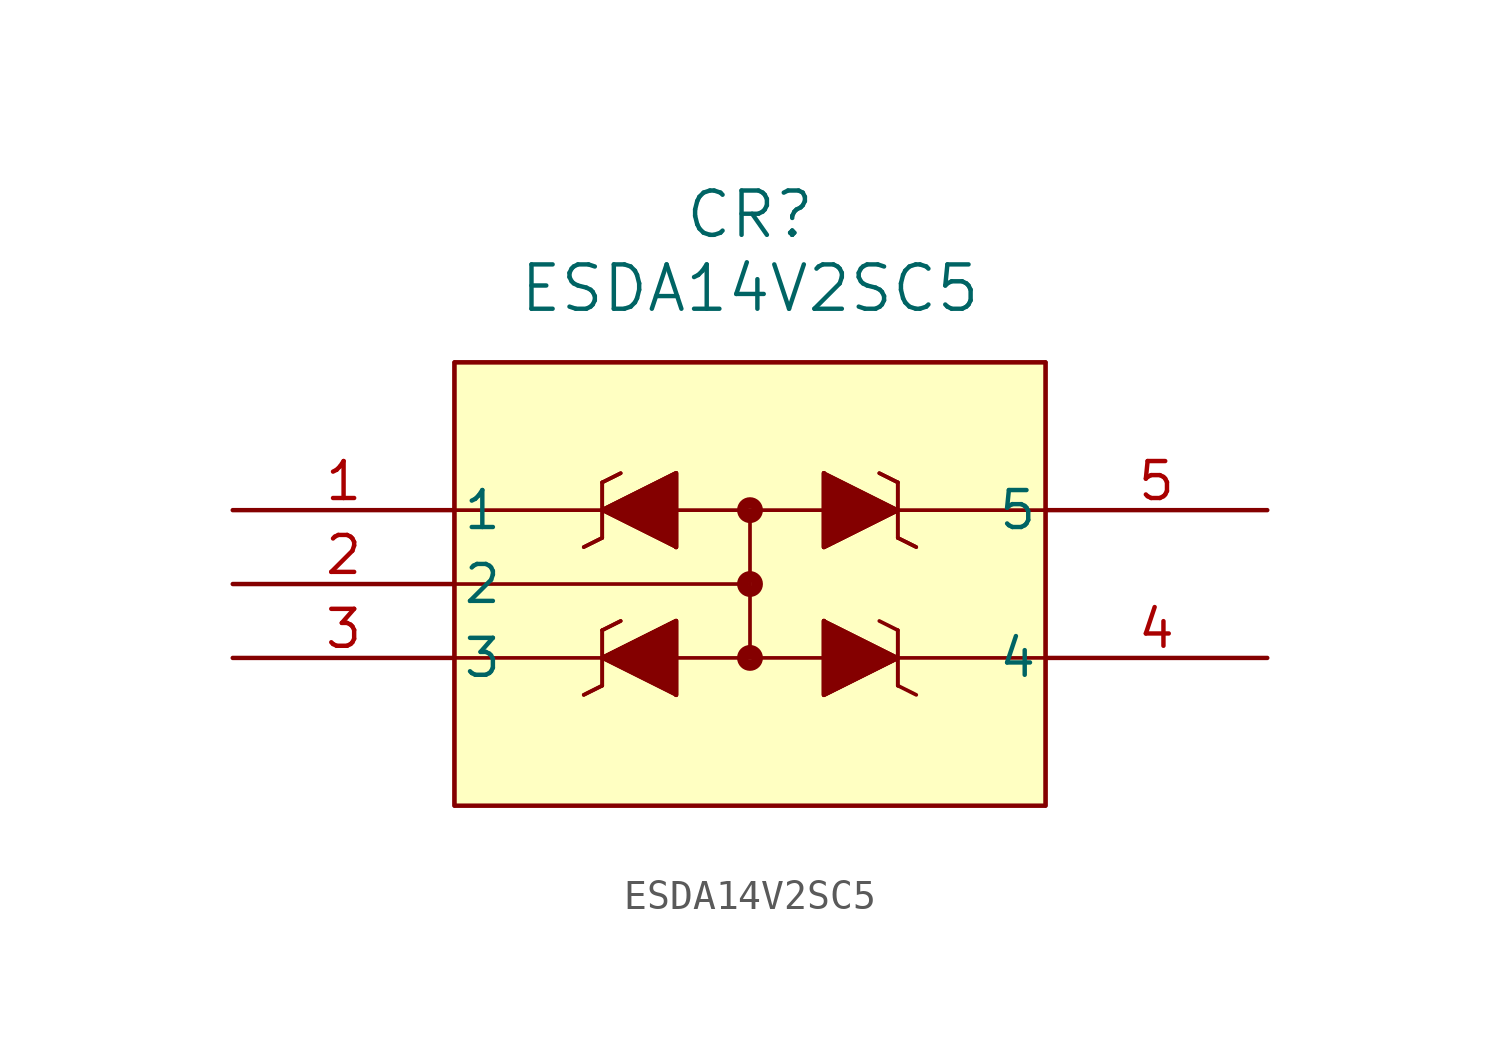
<source format=kicad_sym>
(kicad_symbol_lib
  (version 20220914)
  (generator kicad_symbol_editor)
  (symbol "ESDA14V2SC5"
    (pin_names
      (offset 0.254))
    (property "Reference" "CR"
      (at 17.78 10.16 0)
      (effects (font (size 1.524 1.524))))
    (property "Value" "ESDA14V2SC5"
      (at 17.78 7.62 0)
      (effects (font (size 1.524 1.524))))
    (property "ki_locked" ""
      (at 0 0 0)
      (effects (font (size 1.27 1.27))))
    (symbol "ESDA14V2SC5_0_1"
      (polyline (pts (xy 7.62 -5.08) (xy 30.48 -5.08)) (stroke (width 0.127) (type default)) (fill (type none)))
      (polyline (pts (xy 7.62 -2.54) (xy 17.78 -2.54)) (stroke (width 0.127) (type default)) (fill (type none)))
      (polyline (pts (xy 7.62 5.08) (xy 7.62 -10.16)) (stroke (width 0.127) (type default)) (fill (type none)))
      (polyline (pts (xy 12.7 -6.032) (xy 12.065 -6.35)) (stroke (width 0.127) (type default)) (fill (type none)))
      (polyline (pts (xy 12.7 -6.032) (xy 12.065 -6.35)) (stroke (width 0.127) (type default)) (fill (type none)))
      (polyline (pts (xy 12.7 -5.08) (xy 15.24 -3.81)) (stroke (width 0.127) (type default)) (fill (type none)))
      (polyline (pts (xy 12.7 -5.08) (xy 15.24 -3.81)) (stroke (width 0.127) (type default)) (fill (type none)))
      (polyline (pts (xy 12.7 -4.128) (xy 12.7 -6.032)) (stroke (width 0.127) (type default)) (fill (type none)))
      (polyline (pts (xy 12.7 -4.128) (xy 12.7 -6.032)) (stroke (width 0.127) (type default)) (fill (type none)))
      (polyline (pts (xy 12.7 -0.953) (xy 12.065 -1.27)) (stroke (width 0.127) (type default)) (fill (type none)))
      (polyline (pts (xy 12.7 -0.953) (xy 12.065 -1.27)) (stroke (width 0.127) (type default)) (fill (type none)))
      (polyline (pts (xy 12.7 0) (xy 15.24 1.27)) (stroke (width 0.127) (type default)) (fill (type none)))
      (polyline (pts (xy 12.7 0) (xy 15.24 1.27)) (stroke (width 0.127) (type default)) (fill (type none)))
      (polyline (pts (xy 12.7 0.953) (xy 12.7 -0.953)) (stroke (width 0.127) (type default)) (fill (type none)))
      (polyline (pts (xy 12.7 0.953) (xy 12.7 -0.953)) (stroke (width 0.127) (type default)) (fill (type none)))
      (polyline (pts (xy 13.335 -3.81) (xy 12.7 -4.128)) (stroke (width 0.127) (type default)) (fill (type none)))
      (polyline (pts (xy 13.335 -3.81) (xy 12.7 -4.128)) (stroke (width 0.127) (type default)) (fill (type none)))
      (polyline (pts (xy 13.335 1.27) (xy 12.7 0.953)) (stroke (width 0.127) (type default)) (fill (type none)))
      (polyline (pts (xy 13.335 1.27) (xy 12.7 0.953)) (stroke (width 0.127) (type default)) (fill (type none)))
      (polyline (pts (xy 15.24 -6.35) (xy 12.7 -5.08)) (stroke (width 0.127) (type default)) (fill (type none)))
      (polyline (pts (xy 15.24 -6.35) (xy 12.7 -5.08)) (stroke (width 0.127) (type default)) (fill (type none)))
      (polyline (pts (xy 15.24 -6.35) (xy 15.24 -3.81)) (stroke (width 0.127) (type default)) (fill (type none)))
      (polyline (pts (xy 15.24 -6.35) (xy 15.24 -3.81)) (stroke (width 0.127) (type default)) (fill (type none)))
      (polyline (pts (xy 15.24 -1.27) (xy 12.7 0)) (stroke (width 0.127) (type default)) (fill (type none)))
      (polyline (pts (xy 15.24 -1.27) (xy 12.7 0)) (stroke (width 0.127) (type default)) (fill (type none)))
      (polyline (pts (xy 15.24 -1.27) (xy 15.24 1.27)) (stroke (width 0.127) (type default)) (fill (type none)))
      (polyline (pts (xy 15.24 -1.27) (xy 15.24 1.27)) (stroke (width 0.127) (type default)) (fill (type none)))
      (polyline (pts (xy 17.78 0) (xy 17.78 -5.08)) (stroke (width 0.127) (type default)) (fill (type none)))
      (polyline (pts (xy 20.32 -3.81) (xy 20.32 -6.35)) (stroke (width 0.127) (type default)) (fill (type none)))
      (polyline (pts (xy 20.32 -3.81) (xy 20.32 -6.35)) (stroke (width 0.127) (type default)) (fill (type none)))
      (polyline (pts (xy 20.32 -3.81) (xy 22.86 -5.08)) (stroke (width 0.127) (type default)) (fill (type none)))
      (polyline (pts (xy 20.32 -3.81) (xy 22.86 -5.08)) (stroke (width 0.127) (type default)) (fill (type none)))
      (polyline (pts (xy 20.32 1.27) (xy 20.32 -1.27)) (stroke (width 0.127) (type default)) (fill (type none)))
      (polyline (pts (xy 20.32 1.27) (xy 20.32 -1.27)) (stroke (width 0.127) (type default)) (fill (type none)))
      (polyline (pts (xy 20.32 1.27) (xy 22.86 0)) (stroke (width 0.127) (type default)) (fill (type none)))
      (polyline (pts (xy 20.32 1.27) (xy 22.86 0)) (stroke (width 0.127) (type default)) (fill (type none)))
      (polyline (pts (xy 22.86 -6.032) (xy 22.86 -4.128)) (stroke (width 0.127) (type default)) (fill (type none)))
      (polyline (pts (xy 22.86 -6.032) (xy 22.86 -4.128)) (stroke (width 0.127) (type default)) (fill (type none)))
      (polyline (pts (xy 22.86 -5.08) (xy 20.32 -6.35)) (stroke (width 0.127) (type default)) (fill (type none)))
      (polyline (pts (xy 22.86 -5.08) (xy 20.32 -6.35)) (stroke (width 0.127) (type default)) (fill (type none)))
      (polyline (pts (xy 22.86 -4.128) (xy 22.225 -3.81)) (stroke (width 0.127) (type default)) (fill (type none)))
      (polyline (pts (xy 22.86 -0.953) (xy 22.86 0.953)) (stroke (width 0.127) (type default)) (fill (type none)))
      (polyline (pts (xy 22.86 -0.953) (xy 22.86 0.953)) (stroke (width 0.127) (type default)) (fill (type none)))
      (polyline (pts (xy 22.86 0) (xy 20.32 -1.27)) (stroke (width 0.127) (type default)) (fill (type none)))
      (polyline (pts (xy 22.86 0) (xy 20.32 -1.27)) (stroke (width 0.127) (type default)) (fill (type none)))
      (polyline (pts (xy 22.86 0.953) (xy 22.225 1.27)) (stroke (width 0.127) (type default)) (fill (type none)))
      (polyline (pts (xy 22.86 0.953) (xy 22.225 1.27)) (stroke (width 0.127) (type default)) (fill (type none)))
      (polyline (pts (xy 23.495 -6.35) (xy 22.86 -6.032)) (stroke (width 0.127) (type default)) (fill (type none)))
      (polyline (pts (xy 23.495 -1.27) (xy 22.86 -0.953)) (stroke (width 0.127) (type default)) (fill (type none)))
      (polyline (pts (xy 23.495 -1.27) (xy 22.86 -0.953)) (stroke (width 0.127) (type default)) (fill (type none)))
      (polyline (pts (xy 27.94 -10.16) (xy 27.94 5.08)) (stroke (width 0.127) (type default)) (fill (type none)))
      (polyline (pts (xy 27.94 5.08) (xy 7.62 5.08)) (stroke (width 0.127) (type default)) (fill (type none)))
      (polyline (pts (xy 30.48 0) (xy 7.62 0)) (stroke (width 0.127) (type default)) (fill (type none)))
      (polyline (pts (xy 12.7 -5.08) (xy 15.24 -3.81) (xy 15.24 -6.35)) (stroke (width 0) (type default)) (fill (type outline)))
      (polyline (pts (xy 12.7 -5.08) (xy 15.24 -3.81) (xy 15.24 -6.35)) (stroke (width 0) (type default)) (fill (type outline)))
      (polyline (pts (xy 12.7 0) (xy 15.24 1.27) (xy 15.24 -1.27)) (stroke (width 0) (type default)) (fill (type outline)))
      (polyline (pts (xy 12.7 0) (xy 15.24 1.27) (xy 15.24 -1.27)) (stroke (width 0) (type default)) (fill (type outline)))
      (polyline (pts (xy 22.86 -5.08) (xy 20.32 -6.35) (xy 20.32 -3.81)) (stroke (width 0) (type default)) (fill (type outline)))
      (polyline (pts (xy 22.86 -5.08) (xy 20.32 -6.35) (xy 20.32 -3.81)) (stroke (width 0) (type default)) (fill (type outline)))
      (polyline (pts (xy 22.86 0) (xy 20.32 -1.27) (xy 20.32 1.27)) (stroke (width 0) (type default)) (fill (type outline)))
      (polyline (pts (xy 22.86 0) (xy 20.32 -1.27) (xy 20.32 1.27)) (stroke (width 0) (type default)) (fill (type outline)))
      (circle (center 17.78 -5.08) (radius 0.254) (stroke (width 0.381) (type default)) (fill (type none)))
      (circle (center 17.78 -2.54) (radius 0.254) (stroke (width 0.381) (type default)) (fill (type none)))
      (circle (center 17.78 0) (radius 0.254) (stroke (width 0.381) (type default)) (fill (type none))))
    (symbol "ESDA14V2SC5_1_1"
      (rectangle (start 7.62 5.08) (end 27.94 -10.16) (stroke (width 0) (type default)) (fill (type background)))
      (pin passive line (at 0 0 0) (length 7.62) (name "1" (effects (font (size 1.27 1.27)))) (number "1" (effects (font (size 1.27 1.27)))))
      (pin passive line (at 0 -2.54 0) (length 7.62) (name "2" (effects (font (size 1.27 1.27)))) (number "2" (effects (font (size 1.27 1.27)))))
      (pin passive line (at 0 -5.08 0) (length 7.62) (name "3" (effects (font (size 1.27 1.27)))) (number "3" (effects (font (size 1.27 1.27)))))
      (pin passive line (at 35.56 -5.08 180) (length 7.62) (name "4" (effects (font (size 1.27 1.27)))) (number "4" (effects (font (size 1.27 1.27)))))
      (pin passive line (at 35.56 0 180) (length 7.62) (name "5" (effects (font (size 1.27 1.27)))) (number "5" (effects (font (size 1.27 1.27))))))))
</source>
